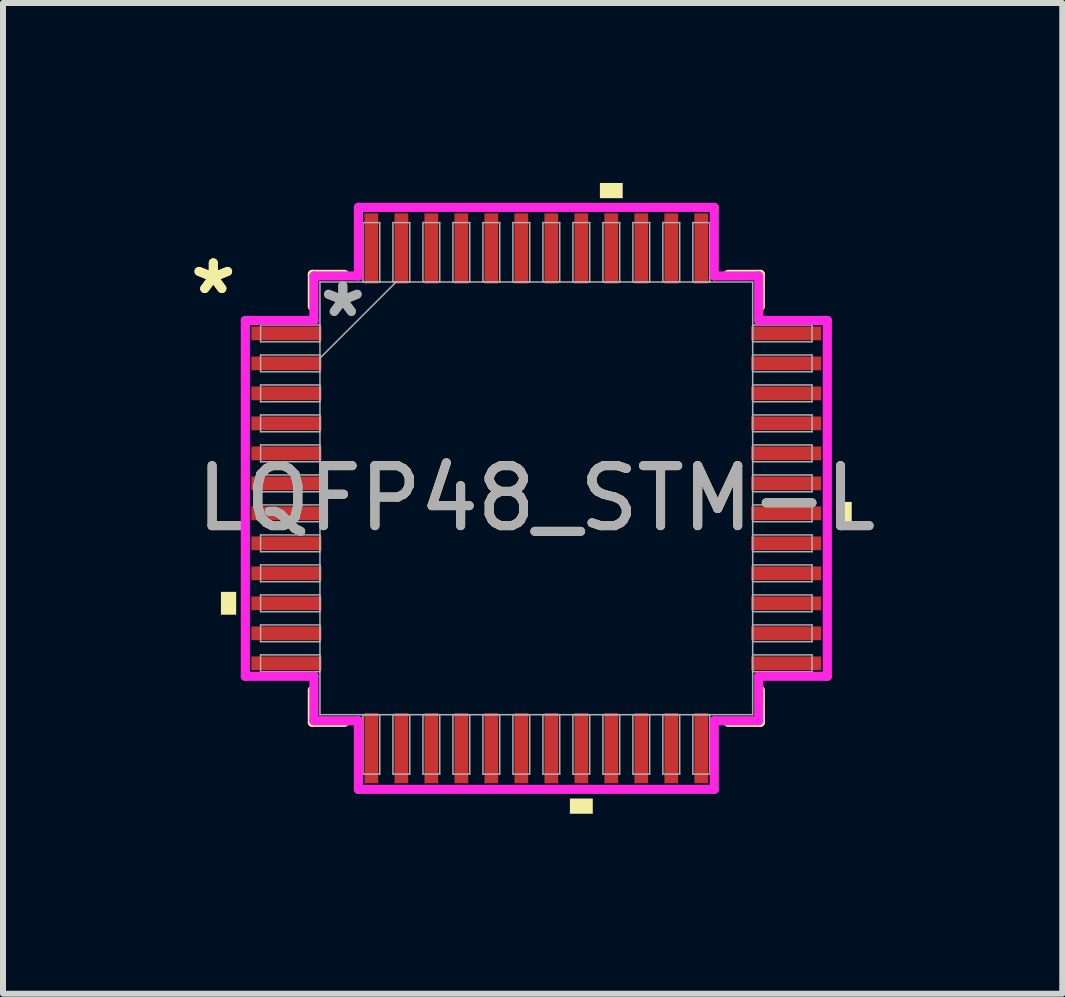
<source format=kicad_pcb>
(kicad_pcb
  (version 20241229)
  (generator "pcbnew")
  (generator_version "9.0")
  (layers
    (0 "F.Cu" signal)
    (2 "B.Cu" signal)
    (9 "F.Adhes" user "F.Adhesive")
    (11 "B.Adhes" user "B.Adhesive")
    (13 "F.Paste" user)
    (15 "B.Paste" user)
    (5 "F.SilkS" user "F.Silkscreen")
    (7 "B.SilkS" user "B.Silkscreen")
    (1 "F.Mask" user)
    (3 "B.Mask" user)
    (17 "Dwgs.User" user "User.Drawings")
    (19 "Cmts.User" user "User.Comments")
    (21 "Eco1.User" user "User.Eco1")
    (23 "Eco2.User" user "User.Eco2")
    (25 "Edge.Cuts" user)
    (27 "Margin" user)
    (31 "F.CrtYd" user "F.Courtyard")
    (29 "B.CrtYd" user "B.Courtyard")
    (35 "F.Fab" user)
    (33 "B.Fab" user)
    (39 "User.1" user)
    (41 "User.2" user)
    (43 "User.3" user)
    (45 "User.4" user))
  (footprint "LQFP48_STM-L"
    (layer "F.Cu")
    (at 5.891 5.258)
    (property "Reference" "LQFP48_STM-L" (at 0 0 0) (unlocked yes) (layer "F.SilkS") (effects (font (size 1 1) (thickness 0.15))))
    (attr smd)
    (fp_line (start -3.734 -3.734) (end -3.734 -3.197) (stroke (width 0.152) (type solid)) (layer "F.SilkS"))
    (fp_line (start -3.734 3.197) (end -3.734 3.734) (stroke (width 0.152) (type solid)) (layer "F.SilkS"))
    (fp_line (start -3.734 3.734) (end -3.197 3.734) (stroke (width 0.152) (type solid)) (layer "F.SilkS"))
    (fp_line (start -3.197 -3.734) (end -3.734 -3.734) (stroke (width 0.152) (type solid)) (layer "F.SilkS"))
    (fp_line (start 3.197 3.734) (end 3.734 3.734) (stroke (width 0.152) (type solid)) (layer "F.SilkS"))
    (fp_line (start 3.734 -3.734) (end 3.197 -3.734) (stroke (width 0.152) (type solid)) (layer "F.SilkS"))
    (fp_line (start 3.734 -3.197) (end 3.734 -3.734) (stroke (width 0.152) (type solid)) (layer "F.SilkS"))
    (fp_line (start 3.734 3.734) (end 3.734 3.197) (stroke (width 0.152) (type solid)) (layer "F.SilkS"))
    (fp_poly (pts (xy -5.258 1.559) (xy -5.258 1.94) (xy -5.004 1.94) (xy -5.004 1.559)) (stroke (width 0) (type solid)) (fill yes) (layer "F.SilkS"))
    (fp_poly (pts (xy 0.56 5.004) (xy 0.56 5.258) (xy 0.941 5.258) (xy 0.941 5.004)) (stroke (width 0) (type solid)) (fill yes) (layer "F.SilkS"))
    (fp_poly (pts (xy 1.06 -5.004) (xy 1.06 -5.258) (xy 1.44 -5.258) (xy 1.44 -5.004)) (stroke (width 0) (type solid)) (fill yes) (layer "F.SilkS"))
    (fp_poly (pts (xy 5.258 0.059) (xy 5.258 0.441) (xy 5.004 0.441) (xy 5.004 0.059)) (stroke (width 0) (type solid)) (fill yes) (layer "F.SilkS"))
    (fp_line (start -4.851 -2.966) (end -3.708 -2.966) (stroke (width 0.152) (type solid)) (layer "F.CrtYd"))
    (fp_line (start -4.851 2.966) (end -4.851 -2.966) (stroke (width 0.152) (type solid)) (layer "F.CrtYd"))
    (fp_line (start -3.708 -3.708) (end -2.966 -3.708) (stroke (width 0.152) (type solid)) (layer "F.CrtYd"))
    (fp_line (start -3.708 -2.966) (end -3.708 -3.708) (stroke (width 0.152) (type solid)) (layer "F.CrtYd"))
    (fp_line (start -3.708 2.966) (end -4.851 2.966) (stroke (width 0.152) (type solid)) (layer "F.CrtYd"))
    (fp_line (start -3.708 3.708) (end -3.708 2.966) (stroke (width 0.152) (type solid)) (layer "F.CrtYd"))
    (fp_line (start -3.708 3.708) (end -2.966 3.708) (stroke (width 0.152) (type solid)) (layer "F.CrtYd"))
    (fp_line (start -2.966 -4.851) (end 2.966 -4.851) (stroke (width 0.152) (type solid)) (layer "F.CrtYd"))
    (fp_line (start -2.966 -3.708) (end -2.966 -4.851) (stroke (width 0.152) (type solid)) (layer "F.CrtYd"))
    (fp_line (start -2.966 3.708) (end -2.966 4.851) (stroke (width 0.152) (type solid)) (layer "F.CrtYd"))
    (fp_line (start -2.966 4.851) (end 2.966 4.851) (stroke (width 0.152) (type solid)) (layer "F.CrtYd"))
    (fp_line (start 2.966 -4.851) (end 2.966 -3.708) (stroke (width 0.152) (type solid)) (layer "F.CrtYd"))
    (fp_line (start 2.966 -3.708) (end 3.708 -3.708) (stroke (width 0.152) (type solid)) (layer "F.CrtYd"))
    (fp_line (start 2.966 3.708) (end 3.708 3.708) (stroke (width 0.152) (type solid)) (layer "F.CrtYd"))
    (fp_line (start 2.966 4.851) (end 2.966 3.708) (stroke (width 0.152) (type solid)) (layer "F.CrtYd"))
    (fp_line (start 3.708 -2.966) (end 3.708 -3.708) (stroke (width 0.152) (type solid)) (layer "F.CrtYd"))
    (fp_line (start 3.708 2.966) (end 4.851 2.966) (stroke (width 0.152) (type solid)) (layer "F.CrtYd"))
    (fp_line (start 3.708 3.708) (end 3.708 2.966) (stroke (width 0.152) (type solid)) (layer "F.CrtYd"))
    (fp_line (start 4.851 -2.966) (end 3.708 -2.966) (stroke (width 0.152) (type solid)) (layer "F.CrtYd"))
    (fp_line (start 4.851 2.966) (end 4.851 -2.966) (stroke (width 0.152) (type solid)) (layer "F.CrtYd"))
    (fp_line (start -4.597 -2.89) (end -4.597 -2.61) (stroke (width 0.025) (type solid)) (layer "F.Fab"))
    (fp_line (start -4.597 -2.61) (end -3.607 -2.61) (stroke (width 0.025) (type solid)) (layer "F.Fab"))
    (fp_line (start -4.597 -2.39) (end -4.597 -2.11) (stroke (width 0.025) (type solid)) (layer "F.Fab"))
    (fp_line (start -4.597 -2.11) (end -3.607 -2.11) (stroke (width 0.025) (type solid)) (layer "F.Fab"))
    (fp_line (start -4.597 -1.89) (end -4.597 -1.61) (stroke (width 0.025) (type solid)) (layer "F.Fab"))
    (fp_line (start -4.597 -1.61) (end -3.607 -1.61) (stroke (width 0.025) (type solid)) (layer "F.Fab"))
    (fp_line (start -4.597 -1.39) (end -4.597 -1.11) (stroke (width 0.025) (type solid)) (layer "F.Fab"))
    (fp_line (start -4.597 -1.11) (end -3.607 -1.11) (stroke (width 0.025) (type solid)) (layer "F.Fab"))
    (fp_line (start -4.597 -0.89) (end -4.597 -0.61) (stroke (width 0.025) (type solid)) (layer "F.Fab"))
    (fp_line (start -4.597 -0.61) (end -3.607 -0.61) (stroke (width 0.025) (type solid)) (layer "F.Fab"))
    (fp_line (start -4.597 -0.39) (end -4.597 -0.11) (stroke (width 0.025) (type solid)) (layer "F.Fab"))
    (fp_line (start -4.597 -0.11) (end -3.607 -0.11) (stroke (width 0.025) (type solid)) (layer "F.Fab"))
    (fp_line (start -4.597 0.11) (end -4.597 0.39) (stroke (width 0.025) (type solid)) (layer "F.Fab"))
    (fp_line (start -4.597 0.39) (end -3.607 0.39) (stroke (width 0.025) (type solid)) (layer "F.Fab"))
    (fp_line (start -4.597 0.61) (end -4.597 0.89) (stroke (width 0.025) (type solid)) (layer "F.Fab"))
    (fp_line (start -4.597 0.89) (end -3.607 0.89) (stroke (width 0.025) (type solid)) (layer "F.Fab"))
    (fp_line (start -4.597 1.11) (end -4.597 1.39) (stroke (width 0.025) (type solid)) (layer "F.Fab"))
    (fp_line (start -4.597 1.39) (end -3.607 1.39) (stroke (width 0.025) (type solid)) (layer "F.Fab"))
    (fp_line (start -4.597 1.61) (end -4.597 1.89) (stroke (width 0.025) (type solid)) (layer "F.Fab"))
    (fp_line (start -4.597 1.89) (end -3.607 1.89) (stroke (width 0.025) (type solid)) (layer "F.Fab"))
    (fp_line (start -4.597 2.11) (end -4.597 2.39) (stroke (width 0.025) (type solid)) (layer "F.Fab"))
    (fp_line (start -4.597 2.39) (end -3.607 2.39) (stroke (width 0.025) (type solid)) (layer "F.Fab"))
    (fp_line (start -4.597 2.61) (end -4.597 2.89) (stroke (width 0.025) (type solid)) (layer "F.Fab"))
    (fp_line (start -4.597 2.89) (end -3.607 2.89) (stroke (width 0.025) (type solid)) (layer "F.Fab"))
    (fp_line (start -3.607 -3.607) (end -3.607 3.607) (stroke (width 0.025) (type solid)) (layer "F.Fab"))
    (fp_line (start -3.607 -2.89) (end -4.597 -2.89) (stroke (width 0.025) (type solid)) (layer "F.Fab"))
    (fp_line (start -3.607 -2.61) (end -3.607 -2.89) (stroke (width 0.025) (type solid)) (layer "F.Fab"))
    (fp_line (start -3.607 -2.39) (end -4.597 -2.39) (stroke (width 0.025) (type solid)) (layer "F.Fab"))
    (fp_line (start -3.607 -2.337) (end -2.337 -3.607) (stroke (width 0.025) (type solid)) (layer "F.Fab"))
    (fp_line (start -3.607 -2.11) (end -3.607 -2.39) (stroke (width 0.025) (type solid)) (layer "F.Fab"))
    (fp_line (start -3.607 -1.89) (end -4.597 -1.89) (stroke (width 0.025) (type solid)) (layer "F.Fab"))
    (fp_line (start -3.607 -1.61) (end -3.607 -1.89) (stroke (width 0.025) (type solid)) (layer "F.Fab"))
    (fp_line (start -3.607 -1.39) (end -4.597 -1.39) (stroke (width 0.025) (type solid)) (layer "F.Fab"))
    (fp_line (start -3.607 -1.11) (end -3.607 -1.39) (stroke (width 0.025) (type solid)) (layer "F.Fab"))
    (fp_line (start -3.607 -0.89) (end -4.597 -0.89) (stroke (width 0.025) (type solid)) (layer "F.Fab"))
    (fp_line (start -3.607 -0.61) (end -3.607 -0.89) (stroke (width 0.025) (type solid)) (layer "F.Fab"))
    (fp_line (start -3.607 -0.39) (end -4.597 -0.39) (stroke (width 0.025) (type solid)) (layer "F.Fab"))
    (fp_line (start -3.607 -0.11) (end -3.607 -0.39) (stroke (width 0.025) (type solid)) (layer "F.Fab"))
    (fp_line (start -3.607 0.11) (end -4.597 0.11) (stroke (width 0.025) (type solid)) (layer "F.Fab"))
    (fp_line (start -3.607 0.39) (end -3.607 0.11) (stroke (width 0.025) (type solid)) (layer "F.Fab"))
    (fp_line (start -3.607 0.61) (end -4.597 0.61) (stroke (width 0.025) (type solid)) (layer "F.Fab"))
    (fp_line (start -3.607 0.89) (end -3.607 0.61) (stroke (width 0.025) (type solid)) (layer "F.Fab"))
    (fp_line (start -3.607 1.11) (end -4.597 1.11) (stroke (width 0.025) (type solid)) (layer "F.Fab"))
    (fp_line (start -3.607 1.39) (end -3.607 1.11) (stroke (width 0.025) (type solid)) (layer "F.Fab"))
    (fp_line (start -3.607 1.61) (end -4.597 1.61) (stroke (width 0.025) (type solid)) (layer "F.Fab"))
    (fp_line (start -3.607 1.89) (end -3.607 1.61) (stroke (width 0.025) (type solid)) (layer "F.Fab"))
    (fp_line (start -3.607 2.11) (end -4.597 2.11) (stroke (width 0.025) (type solid)) (layer "F.Fab"))
    (fp_line (start -3.607 2.39) (end -3.607 2.11) (stroke (width 0.025) (type solid)) (layer "F.Fab"))
    (fp_line (start -3.607 2.61) (end -4.597 2.61) (stroke (width 0.025) (type solid)) (layer "F.Fab"))
    (fp_line (start -3.607 2.89) (end -3.607 2.61) (stroke (width 0.025) (type solid)) (layer "F.Fab"))
    (fp_line (start -3.607 3.607) (end 3.607 3.607) (stroke (width 0.025) (type solid)) (layer "F.Fab"))
    (fp_line (start -2.89 -4.597) (end -2.89 -3.607) (stroke (width 0.025) (type solid)) (layer "F.Fab"))
    (fp_line (start -2.89 -3.607) (end -2.61 -3.607) (stroke (width 0.025) (type solid)) (layer "F.Fab"))
    (fp_line (start -2.89 3.607) (end -2.89 4.597) (stroke (width 0.025) (type solid)) (layer "F.Fab"))
    (fp_line (start -2.89 4.597) (end -2.61 4.597) (stroke (width 0.025) (type solid)) (layer "F.Fab"))
    (fp_line (start -2.61 -4.597) (end -2.89 -4.597) (stroke (width 0.025) (type solid)) (layer "F.Fab"))
    (fp_line (start -2.61 -3.607) (end -2.61 -4.597) (stroke (width 0.025) (type solid)) (layer "F.Fab"))
    (fp_line (start -2.61 3.607) (end -2.89 3.607) (stroke (width 0.025) (type solid)) (layer "F.Fab"))
    (fp_line (start -2.61 4.597) (end -2.61 3.607) (stroke (width 0.025) (type solid)) (layer "F.Fab"))
    (fp_line (start -2.39 -4.597) (end -2.39 -3.607) (stroke (width 0.025) (type solid)) (layer "F.Fab"))
    (fp_line (start -2.39 -3.607) (end -2.11 -3.607) (stroke (width 0.025) (type solid)) (layer "F.Fab"))
    (fp_line (start -2.39 3.607) (end -2.39 4.597) (stroke (width 0.025) (type solid)) (layer "F.Fab"))
    (fp_line (start -2.39 4.597) (end -2.11 4.597) (stroke (width 0.025) (type solid)) (layer "F.Fab"))
    (fp_line (start -2.11 -4.597) (end -2.39 -4.597) (stroke (width 0.025) (type solid)) (layer "F.Fab"))
    (fp_line (start -2.11 -3.607) (end -2.11 -4.597) (stroke (width 0.025) (type solid)) (layer "F.Fab"))
    (fp_line (start -2.11 3.607) (end -2.39 3.607) (stroke (width 0.025) (type solid)) (layer "F.Fab"))
    (fp_line (start -2.11 4.597) (end -2.11 3.607) (stroke (width 0.025) (type solid)) (layer "F.Fab"))
    (fp_line (start -1.89 -4.597) (end -1.89 -3.607) (stroke (width 0.025) (type solid)) (layer "F.Fab"))
    (fp_line (start -1.89 -3.607) (end -1.61 -3.607) (stroke (width 0.025) (type solid)) (layer "F.Fab"))
    (fp_line (start -1.89 3.607) (end -1.89 4.597) (stroke (width 0.025) (type solid)) (layer "F.Fab"))
    (fp_line (start -1.89 4.597) (end -1.61 4.597) (stroke (width 0.025) (type solid)) (layer "F.Fab"))
    (fp_line (start -1.61 -4.597) (end -1.89 -4.597) (stroke (width 0.025) (type solid)) (layer "F.Fab"))
    (fp_line (start -1.61 -3.607) (end -1.61 -4.597) (stroke (width 0.025) (type solid)) (layer "F.Fab"))
    (fp_line (start -1.61 3.607) (end -1.89 3.607) (stroke (width 0.025) (type solid)) (layer "F.Fab"))
    (fp_line (start -1.61 4.597) (end -1.61 3.607) (stroke (width 0.025) (type solid)) (layer "F.Fab"))
    (fp_line (start -1.39 -4.597) (end -1.39 -3.607) (stroke (width 0.025) (type solid)) (layer "F.Fab"))
    (fp_line (start -1.39 -3.607) (end -1.11 -3.607) (stroke (width 0.025) (type solid)) (layer "F.Fab"))
    (fp_line (start -1.39 3.607) (end -1.39 4.597) (stroke (width 0.025) (type solid)) (layer "F.Fab"))
    (fp_line (start -1.39 4.597) (end -1.11 4.597) (stroke (width 0.025) (type solid)) (layer "F.Fab"))
    (fp_line (start -1.11 -4.597) (end -1.39 -4.597) (stroke (width 0.025) (type solid)) (layer "F.Fab"))
    (fp_line (start -1.11 -3.607) (end -1.11 -4.597) (stroke (width 0.025) (type solid)) (layer "F.Fab"))
    (fp_line (start -1.11 3.607) (end -1.39 3.607) (stroke (width 0.025) (type solid)) (layer "F.Fab"))
    (fp_line (start -1.11 4.597) (end -1.11 3.607) (stroke (width 0.025) (type solid)) (layer "F.Fab"))
    (fp_line (start -0.89 -4.597) (end -0.89 -3.607) (stroke (width 0.025) (type solid)) (layer "F.Fab"))
    (fp_line (start -0.89 -3.607) (end -0.61 -3.607) (stroke (width 0.025) (type solid)) (layer "F.Fab"))
    (fp_line (start -0.89 3.607) (end -0.89 4.597) (stroke (width 0.025) (type solid)) (layer "F.Fab"))
    (fp_line (start -0.89 4.597) (end -0.61 4.597) (stroke (width 0.025) (type solid)) (layer "F.Fab"))
    (fp_line (start -0.61 -4.597) (end -0.89 -4.597) (stroke (width 0.025) (type solid)) (layer "F.Fab"))
    (fp_line (start -0.61 -3.607) (end -0.61 -4.597) (stroke (width 0.025) (type solid)) (layer "F.Fab"))
    (fp_line (start -0.61 3.607) (end -0.89 3.607) (stroke (width 0.025) (type solid)) (layer "F.Fab"))
    (fp_line (start -0.61 4.597) (end -0.61 3.607) (stroke (width 0.025) (type solid)) (layer "F.Fab"))
    (fp_line (start -0.39 -4.597) (end -0.39 -3.607) (stroke (width 0.025) (type solid)) (layer "F.Fab"))
    (fp_line (start -0.39 -3.607) (end -0.11 -3.607) (stroke (width 0.025) (type solid)) (layer "F.Fab"))
    (fp_line (start -0.39 3.607) (end -0.39 4.597) (stroke (width 0.025) (type solid)) (layer "F.Fab"))
    (fp_line (start -0.39 4.597) (end -0.11 4.597) (stroke (width 0.025) (type solid)) (layer "F.Fab"))
    (fp_line (start -0.11 -4.597) (end -0.39 -4.597) (stroke (width 0.025) (type solid)) (layer "F.Fab"))
    (fp_line (start -0.11 -3.607) (end -0.11 -4.597) (stroke (width 0.025) (type solid)) (layer "F.Fab"))
    (fp_line (start -0.11 3.607) (end -0.39 3.607) (stroke (width 0.025) (type solid)) (layer "F.Fab"))
    (fp_line (start -0.11 4.597) (end -0.11 3.607) (stroke (width 0.025) (type solid)) (layer "F.Fab"))
    (fp_line (start 0.11 -4.597) (end 0.11 -3.607) (stroke (width 0.025) (type solid)) (layer "F.Fab"))
    (fp_line (start 0.11 -3.607) (end 0.39 -3.607) (stroke (width 0.025) (type solid)) (layer "F.Fab"))
    (fp_line (start 0.11 3.607) (end 0.11 4.597) (stroke (width 0.025) (type solid)) (layer "F.Fab"))
    (fp_line (start 0.11 4.597) (end 0.39 4.597) (stroke (width 0.025) (type solid)) (layer "F.Fab"))
    (fp_line (start 0.39 -4.597) (end 0.11 -4.597) (stroke (width 0.025) (type solid)) (layer "F.Fab"))
    (fp_line (start 0.39 -3.607) (end 0.39 -4.597) (stroke (width 0.025) (type solid)) (layer "F.Fab"))
    (fp_line (start 0.39 3.607) (end 0.11 3.607) (stroke (width 0.025) (type solid)) (layer "F.Fab"))
    (fp_line (start 0.39 4.597) (end 0.39 3.607) (stroke (width 0.025) (type solid)) (layer "F.Fab"))
    (fp_line (start 0.61 -4.597) (end 0.61 -3.607) (stroke (width 0.025) (type solid)) (layer "F.Fab"))
    (fp_line (start 0.61 -3.607) (end 0.89 -3.607) (stroke (width 0.025) (type solid)) (layer "F.Fab"))
    (fp_line (start 0.61 3.607) (end 0.61 4.597) (stroke (width 0.025) (type solid)) (layer "F.Fab"))
    (fp_line (start 0.61 4.597) (end 0.89 4.597) (stroke (width 0.025) (type solid)) (layer "F.Fab"))
    (fp_line (start 0.89 -4.597) (end 0.61 -4.597) (stroke (width 0.025) (type solid)) (layer "F.Fab"))
    (fp_line (start 0.89 -3.607) (end 0.89 -4.597) (stroke (width 0.025) (type solid)) (layer "F.Fab"))
    (fp_line (start 0.89 3.607) (end 0.61 3.607) (stroke (width 0.025) (type solid)) (layer "F.Fab"))
    (fp_line (start 0.89 4.597) (end 0.89 3.607) (stroke (width 0.025) (type solid)) (layer "F.Fab"))
    (fp_line (start 1.11 -4.597) (end 1.11 -3.607) (stroke (width 0.025) (type solid)) (layer "F.Fab"))
    (fp_line (start 1.11 -3.607) (end 1.39 -3.607) (stroke (width 0.025) (type solid)) (layer "F.Fab"))
    (fp_line (start 1.11 3.607) (end 1.11 4.597) (stroke (width 0.025) (type solid)) (layer "F.Fab"))
    (fp_line (start 1.11 4.597) (end 1.39 4.597) (stroke (width 0.025) (type solid)) (layer "F.Fab"))
    (fp_line (start 1.39 -4.597) (end 1.11 -4.597) (stroke (width 0.025) (type solid)) (layer "F.Fab"))
    (fp_line (start 1.39 -3.607) (end 1.39 -4.597) (stroke (width 0.025) (type solid)) (layer "F.Fab"))
    (fp_line (start 1.39 3.607) (end 1.11 3.607) (stroke (width 0.025) (type solid)) (layer "F.Fab"))
    (fp_line (start 1.39 4.597) (end 1.39 3.607) (stroke (width 0.025) (type solid)) (layer "F.Fab"))
    (fp_line (start 1.61 -4.597) (end 1.61 -3.607) (stroke (width 0.025) (type solid)) (layer "F.Fab"))
    (fp_line (start 1.61 -3.607) (end 1.89 -3.607) (stroke (width 0.025) (type solid)) (layer "F.Fab"))
    (fp_line (start 1.61 3.607) (end 1.61 4.597) (stroke (width 0.025) (type solid)) (layer "F.Fab"))
    (fp_line (start 1.61 4.597) (end 1.89 4.597) (stroke (width 0.025) (type solid)) (layer "F.Fab"))
    (fp_line (start 1.89 -4.597) (end 1.61 -4.597) (stroke (width 0.025) (type solid)) (layer "F.Fab"))
    (fp_line (start 1.89 -3.607) (end 1.89 -4.597) (stroke (width 0.025) (type solid)) (layer "F.Fab"))
    (fp_line (start 1.89 3.607) (end 1.61 3.607) (stroke (width 0.025) (type solid)) (layer "F.Fab"))
    (fp_line (start 1.89 4.597) (end 1.89 3.607) (stroke (width 0.025) (type solid)) (layer "F.Fab"))
    (fp_line (start 2.11 -4.597) (end 2.11 -3.607) (stroke (width 0.025) (type solid)) (layer "F.Fab"))
    (fp_line (start 2.11 -3.607) (end 2.39 -3.607) (stroke (width 0.025) (type solid)) (layer "F.Fab"))
    (fp_line (start 2.11 3.607) (end 2.11 4.597) (stroke (width 0.025) (type solid)) (layer "F.Fab"))
    (fp_line (start 2.11 4.597) (end 2.39 4.597) (stroke (width 0.025) (type solid)) (layer "F.Fab"))
    (fp_line (start 2.39 -4.597) (end 2.11 -4.597) (stroke (width 0.025) (type solid)) (layer "F.Fab"))
    (fp_line (start 2.39 -3.607) (end 2.39 -4.597) (stroke (width 0.025) (type solid)) (layer "F.Fab"))
    (fp_line (start 2.39 3.607) (end 2.11 3.607) (stroke (width 0.025) (type solid)) (layer "F.Fab"))
    (fp_line (start 2.39 4.597) (end 2.39 3.607) (stroke (width 0.025) (type solid)) (layer "F.Fab"))
    (fp_line (start 2.61 -4.597) (end 2.61 -3.607) (stroke (width 0.025) (type solid)) (layer "F.Fab"))
    (fp_line (start 2.61 -3.607) (end 2.89 -3.607) (stroke (width 0.025) (type solid)) (layer "F.Fab"))
    (fp_line (start 2.61 3.607) (end 2.61 4.597) (stroke (width 0.025) (type solid)) (layer "F.Fab"))
    (fp_line (start 2.61 4.597) (end 2.89 4.597) (stroke (width 0.025) (type solid)) (layer "F.Fab"))
    (fp_line (start 2.89 -4.597) (end 2.61 -4.597) (stroke (width 0.025) (type solid)) (layer "F.Fab"))
    (fp_line (start 2.89 -3.607) (end 2.89 -4.597) (stroke (width 0.025) (type solid)) (layer "F.Fab"))
    (fp_line (start 2.89 3.607) (end 2.61 3.607) (stroke (width 0.025) (type solid)) (layer "F.Fab"))
    (fp_line (start 2.89 4.597) (end 2.89 3.607) (stroke (width 0.025) (type solid)) (layer "F.Fab"))
    (fp_line (start 3.607 -3.607) (end -3.607 -3.607) (stroke (width 0.025) (type solid)) (layer "F.Fab"))
    (fp_line (start 3.607 -2.89) (end 3.607 -2.61) (stroke (width 0.025) (type solid)) (layer "F.Fab"))
    (fp_line (start 3.607 -2.61) (end 4.597 -2.61) (stroke (width 0.025) (type solid)) (layer "F.Fab"))
    (fp_line (start 3.607 -2.39) (end 3.607 -2.11) (stroke (width 0.025) (type solid)) (layer "F.Fab"))
    (fp_line (start 3.607 -2.11) (end 4.597 -2.11) (stroke (width 0.025) (type solid)) (layer "F.Fab"))
    (fp_line (start 3.607 -1.89) (end 3.607 -1.61) (stroke (width 0.025) (type solid)) (layer "F.Fab"))
    (fp_line (start 3.607 -1.61) (end 4.597 -1.61) (stroke (width 0.025) (type solid)) (layer "F.Fab"))
    (fp_line (start 3.607 -1.39) (end 3.607 -1.11) (stroke (width 0.025) (type solid)) (layer "F.Fab"))
    (fp_line (start 3.607 -1.11) (end 4.597 -1.11) (stroke (width 0.025) (type solid)) (layer "F.Fab"))
    (fp_line (start 3.607 -0.89) (end 3.607 -0.61) (stroke (width 0.025) (type solid)) (layer "F.Fab"))
    (fp_line (start 3.607 -0.61) (end 4.597 -0.61) (stroke (width 0.025) (type solid)) (layer "F.Fab"))
    (fp_line (start 3.607 -0.39) (end 3.607 -0.11) (stroke (width 0.025) (type solid)) (layer "F.Fab"))
    (fp_line (start 3.607 -0.11) (end 4.597 -0.11) (stroke (width 0.025) (type solid)) (layer "F.Fab"))
    (fp_line (start 3.607 0.11) (end 3.607 0.39) (stroke (width 0.025) (type solid)) (layer "F.Fab"))
    (fp_line (start 3.607 0.39) (end 4.597 0.39) (stroke (width 0.025) (type solid)) (layer "F.Fab"))
    (fp_line (start 3.607 0.61) (end 3.607 0.89) (stroke (width 0.025) (type solid)) (layer "F.Fab"))
    (fp_line (start 3.607 0.89) (end 4.597 0.89) (stroke (width 0.025) (type solid)) (layer "F.Fab"))
    (fp_line (start 3.607 1.11) (end 3.607 1.39) (stroke (width 0.025) (type solid)) (layer "F.Fab"))
    (fp_line (start 3.607 1.39) (end 4.597 1.39) (stroke (width 0.025) (type solid)) (layer "F.Fab"))
    (fp_line (start 3.607 1.61) (end 3.607 1.89) (stroke (width 0.025) (type solid)) (layer "F.Fab"))
    (fp_line (start 3.607 1.89) (end 4.597 1.89) (stroke (width 0.025) (type solid)) (layer "F.Fab"))
    (fp_line (start 3.607 2.11) (end 3.607 2.39) (stroke (width 0.025) (type solid)) (layer "F.Fab"))
    (fp_line (start 3.607 2.39) (end 4.597 2.39) (stroke (width 0.025) (type solid)) (layer "F.Fab"))
    (fp_line (start 3.607 2.61) (end 3.607 2.89) (stroke (width 0.025) (type solid)) (layer "F.Fab"))
    (fp_line (start 3.607 2.89) (end 4.597 2.89) (stroke (width 0.025) (type solid)) (layer "F.Fab"))
    (fp_line (start 3.607 3.607) (end 3.607 -3.607) (stroke (width 0.025) (type solid)) (layer "F.Fab"))
    (fp_line (start 4.597 -2.89) (end 3.607 -2.89) (stroke (width 0.025) (type solid)) (layer "F.Fab"))
    (fp_line (start 4.597 -2.61) (end 4.597 -2.89) (stroke (width 0.025) (type solid)) (layer "F.Fab"))
    (fp_line (start 4.597 -2.39) (end 3.607 -2.39) (stroke (width 0.025) (type solid)) (layer "F.Fab"))
    (fp_line (start 4.597 -2.11) (end 4.597 -2.39) (stroke (width 0.025) (type solid)) (layer "F.Fab"))
    (fp_line (start 4.597 -1.89) (end 3.607 -1.89) (stroke (width 0.025) (type solid)) (layer "F.Fab"))
    (fp_line (start 4.597 -1.61) (end 4.597 -1.89) (stroke (width 0.025) (type solid)) (layer "F.Fab"))
    (fp_line (start 4.597 -1.39) (end 3.607 -1.39) (stroke (width 0.025) (type solid)) (layer "F.Fab"))
    (fp_line (start 4.597 -1.11) (end 4.597 -1.39) (stroke (width 0.025) (type solid)) (layer "F.Fab"))
    (fp_line (start 4.597 -0.89) (end 3.607 -0.89) (stroke (width 0.025) (type solid)) (layer "F.Fab"))
    (fp_line (start 4.597 -0.61) (end 4.597 -0.89) (stroke (width 0.025) (type solid)) (layer "F.Fab"))
    (fp_line (start 4.597 -0.39) (end 3.607 -0.39) (stroke (width 0.025) (type solid)) (layer "F.Fab"))
    (fp_line (start 4.597 -0.11) (end 4.597 -0.39) (stroke (width 0.025) (type solid)) (layer "F.Fab"))
    (fp_line (start 4.597 0.11) (end 3.607 0.11) (stroke (width 0.025) (type solid)) (layer "F.Fab"))
    (fp_line (start 4.597 0.39) (end 4.597 0.11) (stroke (width 0.025) (type solid)) (layer "F.Fab"))
    (fp_line (start 4.597 0.61) (end 3.607 0.61) (stroke (width 0.025) (type solid)) (layer "F.Fab"))
    (fp_line (start 4.597 0.89) (end 4.597 0.61) (stroke (width 0.025) (type solid)) (layer "F.Fab"))
    (fp_line (start 4.597 1.11) (end 3.607 1.11) (stroke (width 0.025) (type solid)) (layer "F.Fab"))
    (fp_line (start 4.597 1.39) (end 4.597 1.11) (stroke (width 0.025) (type solid)) (layer "F.Fab"))
    (fp_line (start 4.597 1.61) (end 3.607 1.61) (stroke (width 0.025) (type solid)) (layer "F.Fab"))
    (fp_line (start 4.597 1.89) (end 4.597 1.61) (stroke (width 0.025) (type solid)) (layer "F.Fab"))
    (fp_line (start 4.597 2.11) (end 3.607 2.11) (stroke (width 0.025) (type solid)) (layer "F.Fab"))
    (fp_line (start 4.597 2.39) (end 4.597 2.11) (stroke (width 0.025) (type solid)) (layer "F.Fab"))
    (fp_line (start 4.597 2.61) (end 3.607 2.61) (stroke (width 0.025) (type solid)) (layer "F.Fab"))
    (fp_line (start 4.597 2.89) (end 4.597 2.61) (stroke (width 0.025) (type solid)) (layer "F.Fab"))
    (fp_text user "*" (at -5.385 -3.381 0) (layer "F.SilkS") (effects (font (size 1 1) (thickness 0.15))))
    (fp_text user "*" (at -5.385 -3.381 0) (unlocked yes) (layer "F.SilkS") (effects (font (size 1 1) (thickness 0.15))))
    (fp_text user "*" (at -3.226 -3 0) (unlocked yes) (layer "F.Fab") (effects (font (size 1 1) (thickness 0.15))))
    (fp_text user "${REFERENCE}" (at 0 0 0) (unlocked yes) (layer "F.Fab") (effects (font (size 1 1) (thickness 0.15))))
    (fp_text user "*" (at -3.226 -3 0) (layer "F.Fab") (effects (font (size 1 1) (thickness 0.15))))
    (pad "1" smd rect (at -4.166 -2.75 90) (size 0.229 1.168) (layers "F.Cu" "F.Mask" "F.Paste"))
    (pad "2" smd rect (at -4.166 -2.25 90) (size 0.229 1.168) (layers "F.Cu" "F.Mask" "F.Paste"))
    (pad "3" smd rect (at -4.166 -1.75 90) (size 0.229 1.168) (layers "F.Cu" "F.Mask" "F.Paste"))
    (pad "4" smd rect (at -4.166 -1.25 90) (size 0.229 1.168) (layers "F.Cu" "F.Mask" "F.Paste"))
    (pad "5" smd rect (at -4.166 -0.75 90) (size 0.229 1.168) (layers "F.Cu" "F.Mask" "F.Paste"))
    (pad "6" smd rect (at -4.166 -0.25 90) (size 0.229 1.168) (layers "F.Cu" "F.Mask" "F.Paste"))
    (pad "7" smd rect (at -4.166 0.25 90) (size 0.229 1.168) (layers "F.Cu" "F.Mask" "F.Paste"))
    (pad "8" smd rect (at -4.166 0.75 90) (size 0.229 1.168) (layers "F.Cu" "F.Mask" "F.Paste"))
    (pad "9" smd rect (at -4.166 1.25 90) (size 0.229 1.168) (layers "F.Cu" "F.Mask" "F.Paste"))
    (pad "10" smd rect (at -4.166 1.75 90) (size 0.229 1.168) (layers "F.Cu" "F.Mask" "F.Paste"))
    (pad "11" smd rect (at -4.166 2.25 90) (size 0.229 1.168) (layers "F.Cu" "F.Mask" "F.Paste"))
    (pad "12" smd rect (at -4.166 2.75 90) (size 0.229 1.168) (layers "F.Cu" "F.Mask" "F.Paste"))
    (pad "13" smd rect (at -2.75 4.166) (size 0.229 1.168) (layers "F.Cu" "F.Mask" "F.Paste"))
    (pad "14" smd rect (at -2.25 4.166) (size 0.229 1.168) (layers "F.Cu" "F.Mask" "F.Paste"))
    (pad "15" smd rect (at -1.75 4.166) (size 0.229 1.168) (layers "F.Cu" "F.Mask" "F.Paste"))
    (pad "16" smd rect (at -1.25 4.166) (size 0.229 1.168) (layers "F.Cu" "F.Mask" "F.Paste"))
    (pad "17" smd rect (at -0.75 4.166) (size 0.229 1.168) (layers "F.Cu" "F.Mask" "F.Paste"))
    (pad "18" smd rect (at -0.25 4.166) (size 0.229 1.168) (layers "F.Cu" "F.Mask" "F.Paste"))
    (pad "19" smd rect (at 0.25 4.166) (size 0.229 1.168) (layers "F.Cu" "F.Mask" "F.Paste"))
    (pad "20" smd rect (at 0.75 4.166) (size 0.229 1.168) (layers "F.Cu" "F.Mask" "F.Paste"))
    (pad "21" smd rect (at 1.25 4.166) (size 0.229 1.168) (layers "F.Cu" "F.Mask" "F.Paste"))
    (pad "22" smd rect (at 1.75 4.166) (size 0.229 1.168) (layers "F.Cu" "F.Mask" "F.Paste"))
    (pad "23" smd rect (at 2.25 4.166) (size 0.229 1.168) (layers "F.Cu" "F.Mask" "F.Paste"))
    (pad "24" smd rect (at 2.75 4.166) (size 0.229 1.168) (layers "F.Cu" "F.Mask" "F.Paste"))
    (pad "25" smd rect (at 4.166 2.75 90) (size 0.229 1.168) (layers "F.Cu" "F.Mask" "F.Paste"))
    (pad "26" smd rect (at 4.166 2.25 90) (size 0.229 1.168) (layers "F.Cu" "F.Mask" "F.Paste"))
    (pad "27" smd rect (at 4.166 1.75 90) (size 0.229 1.168) (layers "F.Cu" "F.Mask" "F.Paste"))
    (pad "28" smd rect (at 4.166 1.25 90) (size 0.229 1.168) (layers "F.Cu" "F.Mask" "F.Paste"))
    (pad "29" smd rect (at 4.166 0.75 90) (size 0.229 1.168) (layers "F.Cu" "F.Mask" "F.Paste"))
    (pad "30" smd rect (at 4.166 0.25 90) (size 0.229 1.168) (layers "F.Cu" "F.Mask" "F.Paste"))
    (pad "31" smd rect (at 4.166 -0.25 90) (size 0.229 1.168) (layers "F.Cu" "F.Mask" "F.Paste"))
    (pad "32" smd rect (at 4.166 -0.75 90) (size 0.229 1.168) (layers "F.Cu" "F.Mask" "F.Paste"))
    (pad "33" smd rect (at 4.166 -1.25 90) (size 0.229 1.168) (layers "F.Cu" "F.Mask" "F.Paste"))
    (pad "34" smd rect (at 4.166 -1.75 90) (size 0.229 1.168) (layers "F.Cu" "F.Mask" "F.Paste"))
    (pad "35" smd rect (at 4.166 -2.25 90) (size 0.229 1.168) (layers "F.Cu" "F.Mask" "F.Paste"))
    (pad "36" smd rect (at 4.166 -2.75 90) (size 0.229 1.168) (layers "F.Cu" "F.Mask" "F.Paste"))
    (pad "37" smd rect (at 2.75 -4.166) (size 0.229 1.168) (layers "F.Cu" "F.Mask" "F.Paste"))
    (pad "38" smd rect (at 2.25 -4.166) (size 0.229 1.168) (layers "F.Cu" "F.Mask" "F.Paste"))
    (pad "39" smd rect (at 1.75 -4.166) (size 0.229 1.168) (layers "F.Cu" "F.Mask" "F.Paste"))
    (pad "40" smd rect (at 1.25 -4.166) (size 0.229 1.168) (layers "F.Cu" "F.Mask" "F.Paste"))
    (pad "41" smd rect (at 0.75 -4.166) (size 0.229 1.168) (layers "F.Cu" "F.Mask" "F.Paste"))
    (pad "42" smd rect (at 0.25 -4.166) (size 0.229 1.168) (layers "F.Cu" "F.Mask" "F.Paste"))
    (pad "43" smd rect (at -0.25 -4.166) (size 0.229 1.168) (layers "F.Cu" "F.Mask" "F.Paste"))
    (pad "44" smd rect (at -0.75 -4.166) (size 0.229 1.168) (layers "F.Cu" "F.Mask" "F.Paste"))
    (pad "45" smd rect (at -1.25 -4.166) (size 0.229 1.168) (layers "F.Cu" "F.Mask" "F.Paste"))
    (pad "46" smd rect (at -1.75 -4.166) (size 0.229 1.168) (layers "F.Cu" "F.Mask" "F.Paste"))
    (pad "47" smd rect (at -2.25 -4.166) (size 0.229 1.168) (layers "F.Cu" "F.Mask" "F.Paste"))
    (pad "48" smd rect (at -2.75 -4.166) (size 0.229 1.168) (layers "F.Cu" "F.Mask" "F.Paste")))
  (gr_rect
    (start -3 -3)
    (end 14.659 13.516)
    (stroke (width 0.1) (type default))
    (fill no)
    (layer "Edge.Cuts")))
</source>
